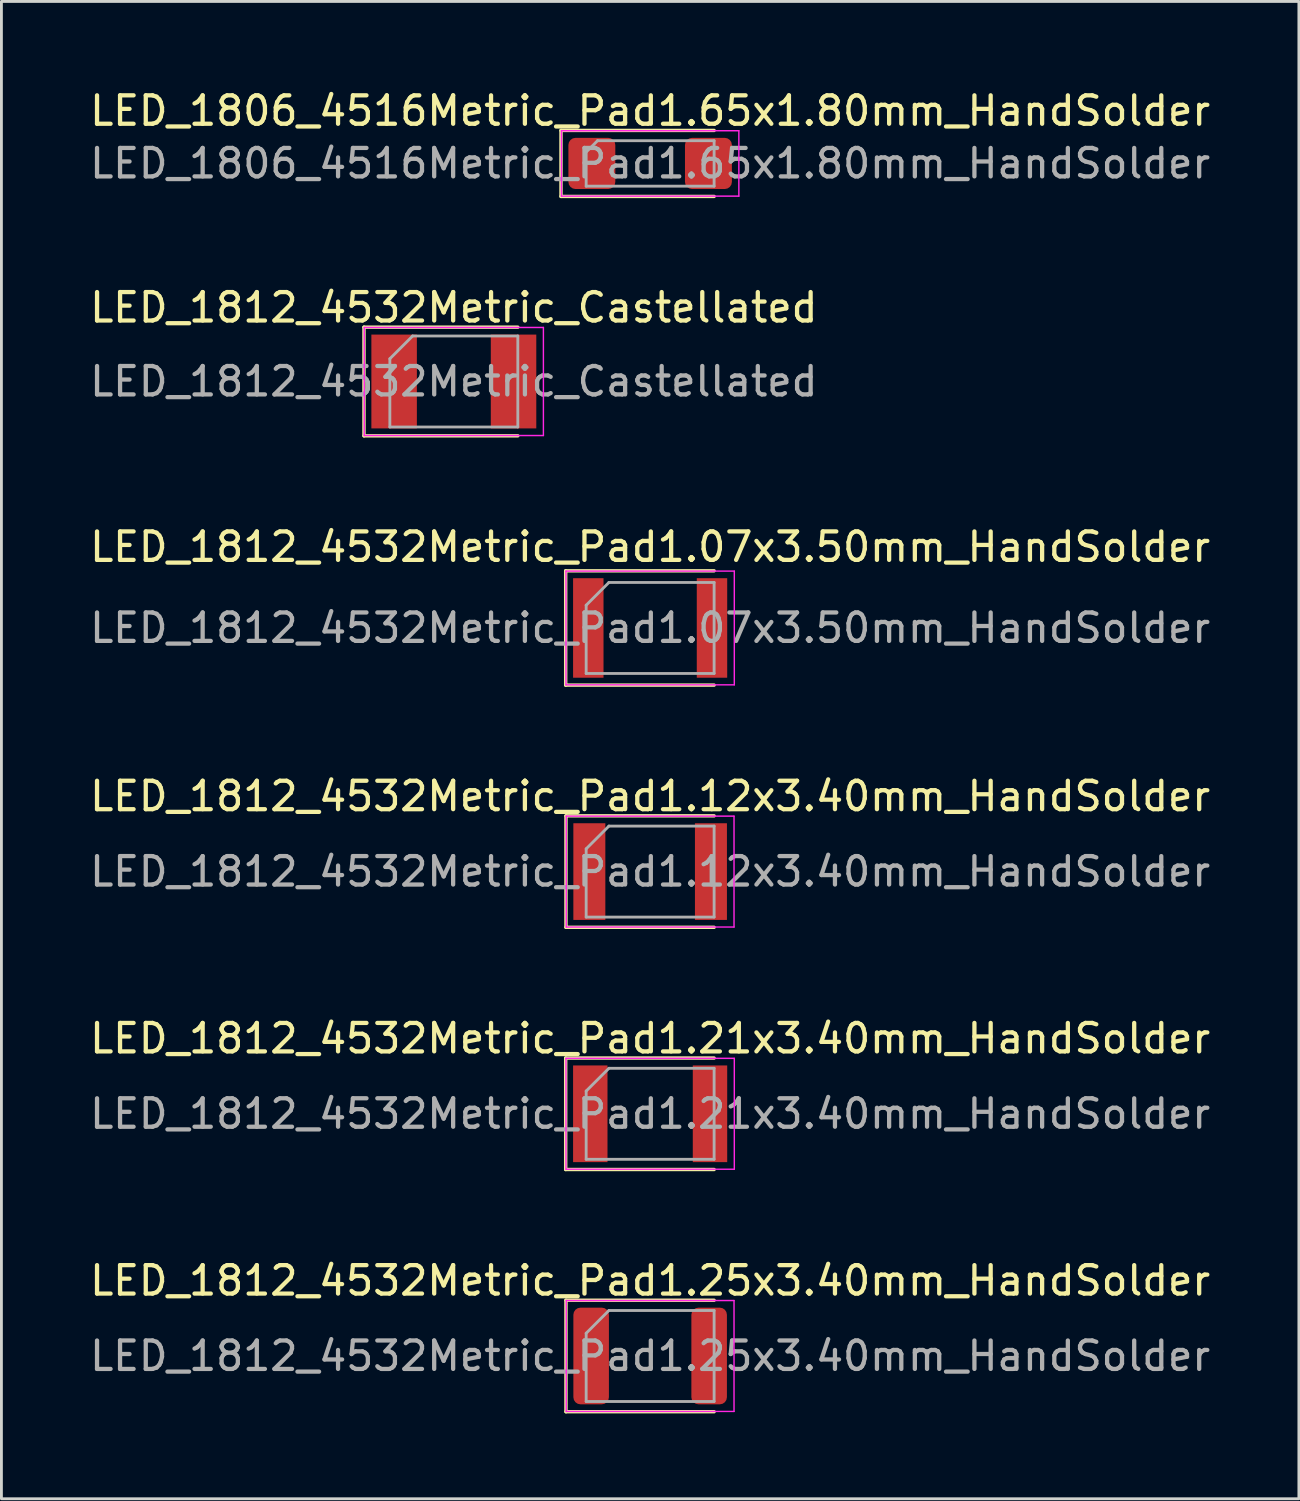
<source format=kicad_pcb>
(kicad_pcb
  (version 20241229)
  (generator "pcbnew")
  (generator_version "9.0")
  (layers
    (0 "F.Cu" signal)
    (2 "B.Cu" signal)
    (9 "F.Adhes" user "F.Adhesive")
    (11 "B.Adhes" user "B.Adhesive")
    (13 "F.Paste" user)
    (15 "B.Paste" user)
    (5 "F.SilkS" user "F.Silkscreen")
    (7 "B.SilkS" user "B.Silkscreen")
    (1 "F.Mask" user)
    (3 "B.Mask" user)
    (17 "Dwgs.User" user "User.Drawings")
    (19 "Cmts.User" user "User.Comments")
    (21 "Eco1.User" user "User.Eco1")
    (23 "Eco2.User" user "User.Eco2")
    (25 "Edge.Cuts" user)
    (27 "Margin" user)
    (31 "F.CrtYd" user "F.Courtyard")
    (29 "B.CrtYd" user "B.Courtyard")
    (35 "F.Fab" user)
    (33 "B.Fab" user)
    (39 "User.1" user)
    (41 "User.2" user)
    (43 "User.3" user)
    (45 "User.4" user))
  (footprint "LED_1812_4532Metric_Pad1.25x3.40mm_HandSolder"
    (layer "F.Cu")
    (at 19.815 44.639)
    (property "Reference" "LED_1812_4532Metric_Pad1.25x3.40mm_HandSolder" (at 0 -2.65 0) (layer "F.SilkS") (effects (font (size 1 1) (thickness 0.15))))
    (attr smd)
    (fp_line (start -2.96 -1.96) (end -2.96 1.96) (stroke (width 0.12) (type solid)) (layer "F.SilkS"))
    (fp_line (start -2.96 1.96) (end 2.25 1.96) (stroke (width 0.12) (type solid)) (layer "F.SilkS"))
    (fp_line (start 2.25 -1.96) (end -2.96 -1.96) (stroke (width 0.12) (type solid)) (layer "F.SilkS"))
    (fp_line (start -2.95 -1.95) (end 2.95 -1.95) (stroke (width 0.05) (type solid)) (layer "F.CrtYd"))
    (fp_line (start -2.95 1.95) (end -2.95 -1.95) (stroke (width 0.05) (type solid)) (layer "F.CrtYd"))
    (fp_line (start 2.95 -1.95) (end 2.95 1.95) (stroke (width 0.05) (type solid)) (layer "F.CrtYd"))
    (fp_line (start 2.95 1.95) (end -2.95 1.95) (stroke (width 0.05) (type solid)) (layer "F.CrtYd"))
    (fp_line (start -2.25 -0.8) (end -2.25 1.6) (stroke (width 0.1) (type solid)) (layer "F.Fab"))
    (fp_line (start -2.25 1.6) (end 2.25 1.6) (stroke (width 0.1) (type solid)) (layer "F.Fab"))
    (fp_line (start -1.45 -1.6) (end -2.25 -0.8) (stroke (width 0.1) (type solid)) (layer "F.Fab"))
    (fp_line (start 2.25 -1.6) (end -1.45 -1.6) (stroke (width 0.1) (type solid)) (layer "F.Fab"))
    (fp_line (start 2.25 1.6) (end 2.25 -1.6) (stroke (width 0.1) (type solid)) (layer "F.Fab"))
    (fp_text user "${REFERENCE}" (at 0 0 0) (layer "F.Fab") (effects (font (size 1 1) (thickness 0.15))))
    (pad "1" smd roundrect (at -2.075 0) (size 1.25 3.4) (layers "F.Cu" "F.Mask" "F.Paste") (roundrect_rratio 0.2))
    (pad "2" smd roundrect (at 2.075 0) (size 1.25 3.4) (layers "F.Cu" "F.Mask" "F.Paste") (roundrect_rratio 0.2)))
  (footprint "LED_1812_4532Metric_Pad1.21x3.40mm_HandSolder"
    (layer "F.Cu")
    (at 19.815 36.121)
    (property "Reference" "LED_1812_4532Metric_Pad1.21x3.40mm_HandSolder" (at 0 -2.65 0) (layer "F.SilkS") (effects (font (size 1 1) (thickness 0.15))))
    (attr smd)
    (fp_line (start -2.97 -1.96) (end -2.97 1.96) (stroke (width 0.12) (type solid)) (layer "F.SilkS"))
    (fp_line (start -2.97 1.96) (end 2.25 1.96) (stroke (width 0.12) (type solid)) (layer "F.SilkS"))
    (fp_line (start 2.25 -1.96) (end -2.97 -1.96) (stroke (width 0.12) (type solid)) (layer "F.SilkS"))
    (fp_line (start -2.96 -1.95) (end 2.96 -1.95) (stroke (width 0.05) (type solid)) (layer "F.CrtYd"))
    (fp_line (start -2.96 1.95) (end -2.96 -1.95) (stroke (width 0.05) (type solid)) (layer "F.CrtYd"))
    (fp_line (start 2.96 -1.95) (end 2.96 1.95) (stroke (width 0.05) (type solid)) (layer "F.CrtYd"))
    (fp_line (start 2.96 1.95) (end -2.96 1.95) (stroke (width 0.05) (type solid)) (layer "F.CrtYd"))
    (fp_line (start -2.25 -0.8) (end -2.25 1.6) (stroke (width 0.1) (type solid)) (layer "F.Fab"))
    (fp_line (start -2.25 1.6) (end 2.25 1.6) (stroke (width 0.1) (type solid)) (layer "F.Fab"))
    (fp_line (start -1.45 -1.6) (end -2.25 -0.8) (stroke (width 0.1) (type solid)) (layer "F.Fab"))
    (fp_line (start 2.25 -1.6) (end -1.45 -1.6) (stroke (width 0.1) (type solid)) (layer "F.Fab"))
    (fp_line (start 2.25 1.6) (end 2.25 -1.6) (stroke (width 0.1) (type solid)) (layer "F.Fab"))
    (fp_text user "${REFERENCE}" (at 0 0 0) (layer "F.Fab") (effects (font (size 1 1) (thickness 0.15))))
    (pad "1" smd rect (at -2.105 0) (size 1.21 3.4) (layers "F.Cu" "F.Mask" "F.Paste"))
    (pad "2" smd rect (at 2.105 0) (size 1.21 3.4) (layers "F.Cu" "F.Mask" "F.Paste")))
  (footprint "LED_1812_4532Metric_Castellated"
    (layer "F.Cu")
    (at 12.911 10.367)
    (property "Reference" "LED_1812_4532Metric_Castellated" (at 0 -2.6 0) (layer "F.SilkS") (effects (font (size 1 1) (thickness 0.15))))
    (attr smd)
    (fp_line (start -3.16 -1.91) (end -3.16 1.91) (stroke (width 0.12) (type solid)) (layer "F.SilkS"))
    (fp_line (start -3.16 1.91) (end 2.25 1.91) (stroke (width 0.12) (type solid)) (layer "F.SilkS"))
    (fp_line (start 2.25 -1.91) (end -3.16 -1.91) (stroke (width 0.12) (type solid)) (layer "F.SilkS"))
    (fp_line (start -3.15 -1.9) (end 3.15 -1.9) (stroke (width 0.05) (type solid)) (layer "F.CrtYd"))
    (fp_line (start -3.15 1.9) (end -3.15 -1.9) (stroke (width 0.05) (type solid)) (layer "F.CrtYd"))
    (fp_line (start 3.15 -1.9) (end 3.15 1.9) (stroke (width 0.05) (type solid)) (layer "F.CrtYd"))
    (fp_line (start 3.15 1.9) (end -3.15 1.9) (stroke (width 0.05) (type solid)) (layer "F.CrtYd"))
    (fp_line (start -2.25 -0.8) (end -2.25 1.6) (stroke (width 0.1) (type solid)) (layer "F.Fab"))
    (fp_line (start -2.25 1.6) (end 2.25 1.6) (stroke (width 0.1) (type solid)) (layer "F.Fab"))
    (fp_line (start -1.45 -1.6) (end -2.25 -0.8) (stroke (width 0.1) (type solid)) (layer "F.Fab"))
    (fp_line (start 2.25 -1.6) (end -1.45 -1.6) (stroke (width 0.1) (type solid)) (layer "F.Fab"))
    (fp_line (start 2.25 1.6) (end 2.25 -1.6) (stroke (width 0.1) (type solid)) (layer "F.Fab"))
    (fp_text user "${REFERENCE}" (at 0 0 0) (layer "F.Fab") (effects (font (size 1 1) (thickness 0.15))))
    (pad "1" smd rect (at -2.1 0) (size 1.6 3.3) (layers "F.Cu" "F.Mask" "F.Paste"))
    (pad "2" smd rect (at 2.1 0) (size 1.6 3.3) (layers "F.Cu" "F.Mask" "F.Paste")))
  (footprint "LED_1812_4532Metric_Pad1.12x3.40mm_HandSolder"
    (layer "F.Cu")
    (at 19.815 27.603)
    (property "Reference" "LED_1812_4532Metric_Pad1.12x3.40mm_HandSolder" (at 0 -2.65 0) (layer "F.SilkS") (effects (font (size 1 1) (thickness 0.15))))
    (attr smd)
    (fp_line (start -2.96 -1.96) (end -2.96 1.96) (stroke (width 0.12) (type solid)) (layer "F.SilkS"))
    (fp_line (start -2.96 1.96) (end 2.25 1.96) (stroke (width 0.12) (type solid)) (layer "F.SilkS"))
    (fp_line (start 2.25 -1.96) (end -2.96 -1.96) (stroke (width 0.12) (type solid)) (layer "F.SilkS"))
    (fp_line (start -2.95 -1.95) (end 2.95 -1.95) (stroke (width 0.05) (type solid)) (layer "F.CrtYd"))
    (fp_line (start -2.95 1.95) (end -2.95 -1.95) (stroke (width 0.05) (type solid)) (layer "F.CrtYd"))
    (fp_line (start 2.95 -1.95) (end 2.95 1.95) (stroke (width 0.05) (type solid)) (layer "F.CrtYd"))
    (fp_line (start 2.95 1.95) (end -2.95 1.95) (stroke (width 0.05) (type solid)) (layer "F.CrtYd"))
    (fp_line (start -2.25 -0.8) (end -2.25 1.6) (stroke (width 0.1) (type solid)) (layer "F.Fab"))
    (fp_line (start -2.25 1.6) (end 2.25 1.6) (stroke (width 0.1) (type solid)) (layer "F.Fab"))
    (fp_line (start -1.45 -1.6) (end -2.25 -0.8) (stroke (width 0.1) (type solid)) (layer "F.Fab"))
    (fp_line (start 2.25 -1.6) (end -1.45 -1.6) (stroke (width 0.1) (type solid)) (layer "F.Fab"))
    (fp_line (start 2.25 1.6) (end 2.25 -1.6) (stroke (width 0.1) (type solid)) (layer "F.Fab"))
    (fp_text user "${REFERENCE}" (at 0 0 0) (layer "F.Fab") (effects (font (size 1 1) (thickness 0.15))))
    (pad "1" smd rect (at -2.138 0) (size 1.125 3.4) (layers "F.Cu" "F.Mask" "F.Paste"))
    (pad "2" smd rect (at 2.138 0) (size 1.125 3.4) (layers "F.Cu" "F.Mask" "F.Paste")))
  (footprint "LED_1812_4532Metric_Pad1.07x3.50mm_HandSolder"
    (layer "F.Cu")
    (at 19.815 19.035)
    (property "Reference" "LED_1812_4532Metric_Pad1.07x3.50mm_HandSolder" (at 0 -2.85 0) (layer "F.SilkS") (effects (font (size 1 1) (thickness 0.15))))
    (attr smd)
    (fp_line (start -2.97 -2.01) (end -2.97 2.01) (stroke (width 0.12) (type solid)) (layer "F.SilkS"))
    (fp_line (start -2.97 2.01) (end 2.25 2.01) (stroke (width 0.12) (type solid)) (layer "F.SilkS"))
    (fp_line (start 2.25 -2.01) (end -2.97 -2.01) (stroke (width 0.12) (type solid)) (layer "F.SilkS"))
    (fp_line (start -2.96 -2) (end 2.96 -2) (stroke (width 0.05) (type solid)) (layer "F.CrtYd"))
    (fp_line (start -2.96 2) (end -2.96 -2) (stroke (width 0.05) (type solid)) (layer "F.CrtYd"))
    (fp_line (start 2.96 -2) (end 2.96 2) (stroke (width 0.05) (type solid)) (layer "F.CrtYd"))
    (fp_line (start 2.96 2) (end -2.96 2) (stroke (width 0.05) (type solid)) (layer "F.CrtYd"))
    (fp_line (start -2.25 -0.8) (end -2.25 1.6) (stroke (width 0.1) (type solid)) (layer "F.Fab"))
    (fp_line (start -2.25 1.6) (end 2.25 1.6) (stroke (width 0.1) (type solid)) (layer "F.Fab"))
    (fp_line (start -1.45 -1.6) (end -2.25 -0.8) (stroke (width 0.1) (type solid)) (layer "F.Fab"))
    (fp_line (start 2.25 -1.6) (end -1.45 -1.6) (stroke (width 0.1) (type solid)) (layer "F.Fab"))
    (fp_line (start 2.25 1.6) (end 2.25 -1.6) (stroke (width 0.1) (type solid)) (layer "F.Fab"))
    (fp_text user "${REFERENCE}" (at 0 0 0) (layer "F.Fab") (effects (font (size 1 1) (thickness 0.15))))
    (pad "1" smd rect (at -2.175 0) (size 1.07 3.5) (layers "F.Cu" "F.Mask" "F.Paste"))
    (pad "2" smd rect (at 2.175 0) (size 1.07 3.5) (layers "F.Cu" "F.Mask" "F.Paste")))
  (footprint "LED_1806_4516Metric_Pad1.65x1.80mm_HandSolder"
    (layer "F.Cu")
    (at 19.815 2.698)
    (property "Reference" "LED_1806_4516Metric_Pad1.65x1.80mm_HandSolder" (at 0 -1.85 0) (layer "F.SilkS") (effects (font (size 1 1) (thickness 0.15))))
    (attr smd)
    (fp_line (start -3.135 -1.16) (end -3.135 1.16) (stroke (width 0.12) (type solid)) (layer "F.SilkS"))
    (fp_line (start -3.135 1.16) (end 2.25 1.16) (stroke (width 0.12) (type solid)) (layer "F.SilkS"))
    (fp_line (start 2.25 -1.16) (end -3.135 -1.16) (stroke (width 0.12) (type solid)) (layer "F.SilkS"))
    (fp_line (start -3.12 -1.15) (end 3.12 -1.15) (stroke (width 0.05) (type solid)) (layer "F.CrtYd"))
    (fp_line (start -3.12 1.15) (end -3.12 -1.15) (stroke (width 0.05) (type solid)) (layer "F.CrtYd"))
    (fp_line (start 3.12 -1.15) (end 3.12 1.15) (stroke (width 0.05) (type solid)) (layer "F.CrtYd"))
    (fp_line (start 3.12 1.15) (end -3.12 1.15) (stroke (width 0.05) (type solid)) (layer "F.CrtYd"))
    (fp_line (start -2.25 -0.4) (end -2.25 0.8) (stroke (width 0.1) (type solid)) (layer "F.Fab"))
    (fp_line (start -2.25 0.8) (end 2.25 0.8) (stroke (width 0.1) (type solid)) (layer "F.Fab"))
    (fp_line (start -1.85 -0.8) (end -2.25 -0.4) (stroke (width 0.1) (type solid)) (layer "F.Fab"))
    (fp_line (start 2.25 -0.8) (end -1.85 -0.8) (stroke (width 0.1) (type solid)) (layer "F.Fab"))
    (fp_line (start 2.25 0.8) (end 2.25 -0.8) (stroke (width 0.1) (type solid)) (layer "F.Fab"))
    (fp_text user "${REFERENCE}" (at 0 0 0) (layer "F.Fab") (effects (font (size 1 1) (thickness 0.15))))
    (pad "1" smd roundrect (at -2.05 0) (size 1.65 1.8) (layers "F.Cu" "F.Mask" "F.Paste") (roundrect_rratio 0.152))
    (pad "2" smd roundrect (at 2.05 0) (size 1.65 1.8) (layers "F.Cu" "F.Mask" "F.Paste") (roundrect_rratio 0.152)))
  (gr_rect
    (start -3 -3)
    (end 42.631 49.66)
    (stroke (width 0.1) (type default))
    (fill no)
    (layer "Edge.Cuts")))
</source>
